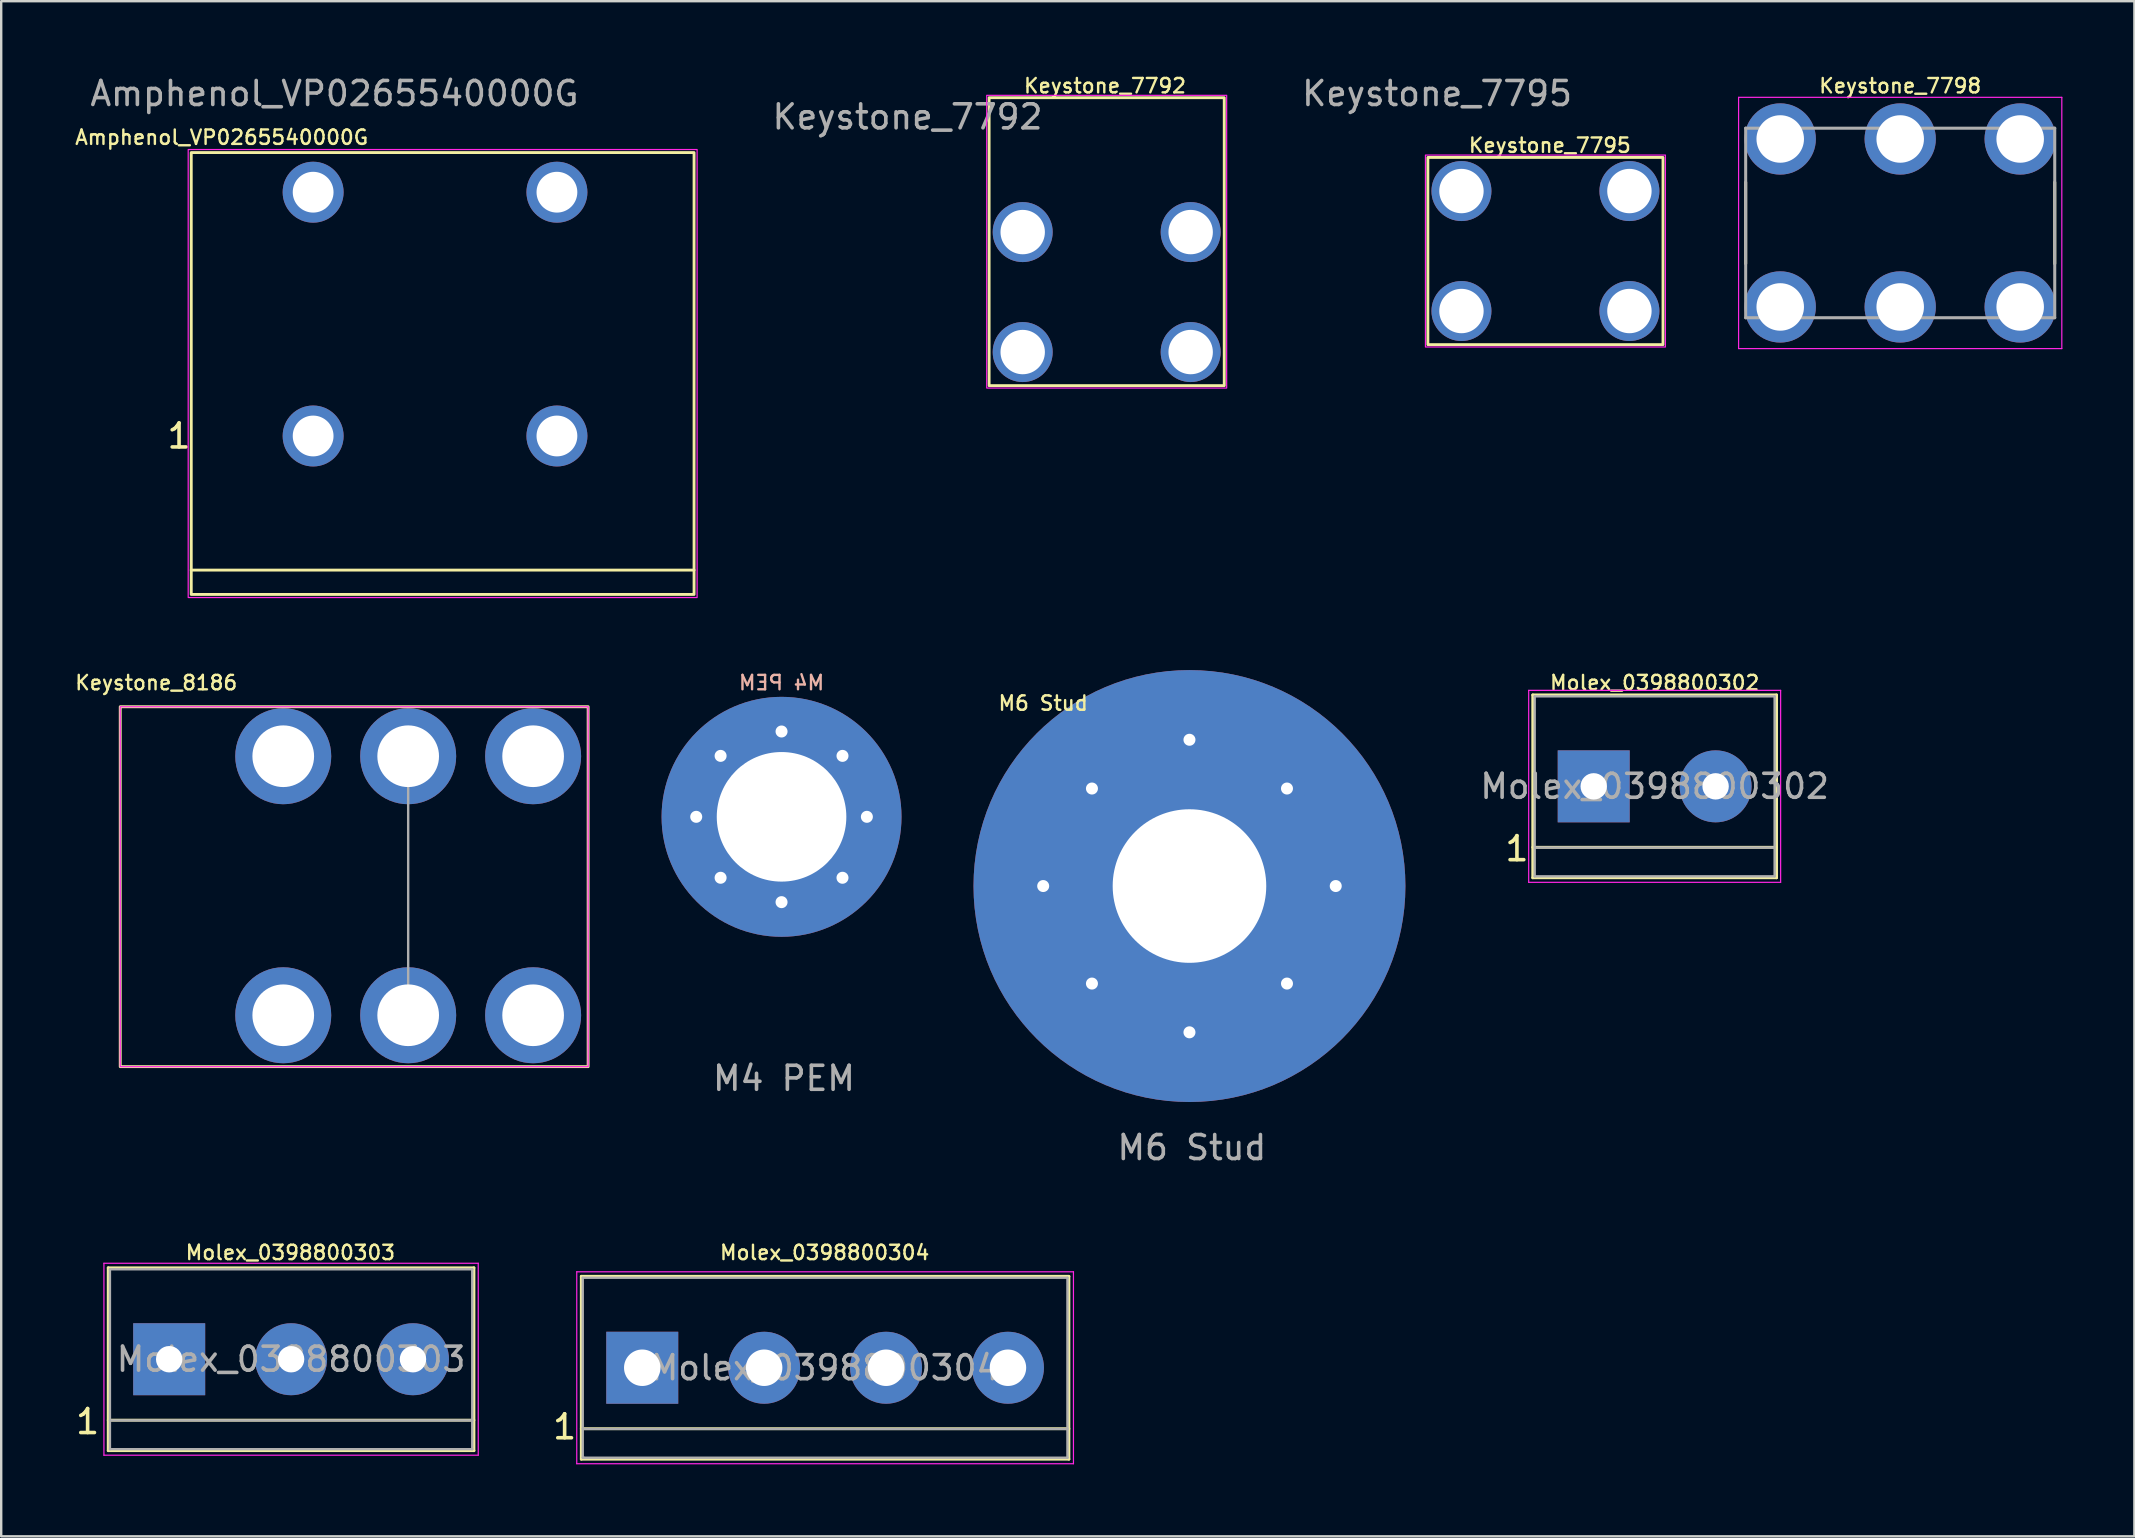
<source format=kicad_pcb>
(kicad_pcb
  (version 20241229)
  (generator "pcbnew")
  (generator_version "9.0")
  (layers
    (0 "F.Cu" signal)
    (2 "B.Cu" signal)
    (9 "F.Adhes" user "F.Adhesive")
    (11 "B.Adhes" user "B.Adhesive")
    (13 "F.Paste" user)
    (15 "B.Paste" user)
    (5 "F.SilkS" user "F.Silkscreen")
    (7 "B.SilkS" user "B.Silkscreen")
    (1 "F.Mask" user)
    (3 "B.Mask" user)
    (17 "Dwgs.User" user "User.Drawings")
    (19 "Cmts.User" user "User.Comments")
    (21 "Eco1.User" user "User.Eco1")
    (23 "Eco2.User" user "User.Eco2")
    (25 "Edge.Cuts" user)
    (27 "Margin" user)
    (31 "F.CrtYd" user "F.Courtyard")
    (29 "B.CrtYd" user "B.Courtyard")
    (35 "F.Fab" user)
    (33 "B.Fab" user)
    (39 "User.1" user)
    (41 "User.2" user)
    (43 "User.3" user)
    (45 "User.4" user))
  (footprint "M4 PEM"
    (layer "F.Cu")
    (at 29.521 30.991)
    (property "Reference" "M4 PEM" (at 0 -5.588 0) (unlocked yes) (layer "B.SilkS") (effects (font (size 0.6 0.6) (thickness 0.1)) (justify mirror)))
    (attr through_hole)
    (fp_text user "${REFERENCE}" (at 0.1 10.9 0) (unlocked yes) (layer "F.Fab") (effects (font (size 1 1) (thickness 0.15))))
    (pad "1" thru_hole circle (at -3.556 0) (size 1 1) (drill 0.5) (layers "*.Cu" "*.Mask"))
    (pad "1" thru_hole circle (at -2.54 -2.54) (size 1 1) (drill 0.5) (layers "*.Cu" "*.Mask"))
    (pad "1" thru_hole circle (at -2.54 2.54) (size 1 1) (drill 0.5) (layers "*.Cu" "*.Mask"))
    (pad "1" thru_hole circle (at 0 -3.556) (size 1 1) (drill 0.5) (layers "*.Cu" "*.Mask"))
    (pad "1" thru_hole circle (at 0 0) (size 10 10) (drill 5.4) (layers "*.Cu" "*.Mask"))
    (pad "1" thru_hole circle (at 0 3.556) (size 1 1) (drill 0.5) (layers "*.Cu" "*.Mask"))
    (pad "1" thru_hole circle (at 2.54 -2.54) (size 1 1) (drill 0.5) (layers "*.Cu" "*.Mask"))
    (pad "1" thru_hole circle (at 2.54 2.54) (size 1 1) (drill 0.5) (layers "*.Cu" "*.Mask"))
    (pad "1" thru_hole circle (at 3.556 0) (size 1 1) (drill 0.5) (layers "*.Cu" "*.Mask")))
  (footprint "Keystone_8186"
    (layer "F.Cu")
    (at 13.961 32.403)
    (property "Reference" "Keystone_8186" (at -10.5 -7 0) (layer "F.SilkS") (effects (font (size 0.6 0.6) (thickness 0.1))))
    (attr through_hole)
    (fp_rect (start -12 -6) (end 7.5 9) (stroke (width 0.12) (type solid)) (fill no) (layer "F.SilkS"))
    (fp_rect (start -12 -6) (end 7.5 9) (stroke (width 0.05) (type solid)) (fill no) (layer "F.CrtYd"))
    (fp_line (start 0 -3.95) (end 0 6.858) (stroke (width 0.1) (type solid)) (layer "F.Fab"))
    (pad "1" thru_hole circle (at -5.207 -3.937) (size 4 4) (drill 2.57) (layers "*.Cu" "*.Mask"))
    (pad "1" thru_hole circle (at -5.207 6.858) (size 4 4) (drill 2.57) (layers "*.Cu" "*.Mask"))
    (pad "1" thru_hole circle (at 0 -3.937) (size 4 4) (drill 2.57) (layers "*.Cu" "*.Mask"))
    (pad "1" thru_hole circle (at 0 6.858) (size 4 4) (drill 2.57) (layers "*.Cu" "*.Mask"))
    (pad "1" thru_hole circle (at 5.207 -3.937) (size 4 4) (drill 2.57) (layers "*.Cu" "*.Mask"))
    (pad "1" thru_hole circle (at 5.207 6.858) (size 4 4) (drill 2.57) (layers "*.Cu" "*.Mask")))
  (footprint "M6 Stud"
    (layer "F.Cu")
    (at 46.521 33.876)
    (property "Reference" "M6 Stud" (at -6.096 -7.62 0) (unlocked yes) (layer "F.SilkS") (effects (font (size 0.6 0.6) (thickness 0.1))))
    (attr through_hole)
    (fp_text user "${REFERENCE}" (at 0.1 10.9 0) (unlocked yes) (layer "F.Fab") (effects (font (size 1 1) (thickness 0.15))))
    (pad "1" thru_hole circle (at -6.096 0) (size 1.524 1.524) (drill 0.5) (layers "*.Cu" "*.Mask"))
    (pad "1" thru_hole circle (at -4.064 -4.064) (size 1.524 1.524) (drill 0.5) (layers "*.Cu" "*.Mask"))
    (pad "1" thru_hole circle (at -4.064 4.064) (size 1.524 1.524) (drill 0.5) (layers "*.Cu" "*.Mask"))
    (pad "1" thru_hole circle (at 0 -6.096) (size 1.524 1.524) (drill 0.5) (layers "*.Cu" "*.Mask"))
    (pad "1" thru_hole circle (at 0 0) (size 18 18) (drill 6.4) (layers "*.Cu" "*.Mask"))
    (pad "1" thru_hole circle (at 0 6.096) (size 1.524 1.524) (drill 0.5) (layers "*.Cu" "*.Mask"))
    (pad "1" thru_hole circle (at 4.064 -4.064) (size 1.524 1.524) (drill 0.5) (layers "*.Cu" "*.Mask"))
    (pad "1" thru_hole circle (at 4.064 4.064) (size 1.524 1.524) (drill 0.5) (layers "*.Cu" "*.Mask"))
    (pad "1" thru_hole circle (at 6.096 0) (size 1.524 1.524) (drill 0.5) (layers "*.Cu" "*.Mask")))
  (footprint "Molex_0398800304"
    (layer "F.Cu")
    (at 23.716 53.951)
    (property "Reference" "Molex_0398800304" (at 7.6 -4.8 0) (layer "F.SilkS") (effects (font (size 0.6 0.6) (thickness 0.1) (bold yes))))
    (attr through_hole)
    (fp_line (start -2.54 -3.81) (end -2.54 3.81) (stroke (width 0.12) (type solid)) (layer "F.SilkS"))
    (fp_line (start -2.54 -3.81) (end 17.78 -3.81) (stroke (width 0.12) (type solid)) (layer "F.SilkS"))
    (fp_line (start -2.54 3.81) (end 17.78 3.81) (stroke (width 0.12) (type solid)) (layer "F.SilkS"))
    (fp_line (start 17.78 2.54) (end -2.54 2.54) (stroke (width 0.12) (type solid)) (layer "F.SilkS"))
    (fp_line (start 17.78 3.81) (end 17.78 -3.81) (stroke (width 0.12) (type solid)) (layer "F.SilkS"))
    (fp_line (start -2.73 -4) (end -2.73 4) (stroke (width 0.05) (type solid)) (layer "F.CrtYd"))
    (fp_line (start -2.73 -4) (end 17.97 -4) (stroke (width 0.05) (type solid)) (layer "F.CrtYd"))
    (fp_line (start 17.97 4) (end -2.73 4) (stroke (width 0.05) (type solid)) (layer "F.CrtYd"))
    (fp_line (start 17.97 4) (end 17.97 -4) (stroke (width 0.05) (type solid)) (layer "F.CrtYd"))
    (fp_line (start -2.48 -3.75) (end 17.72 -3.75) (stroke (width 0.1) (type solid)) (layer "F.Fab"))
    (fp_line (start -2.48 2.55) (end 17.72 2.55) (stroke (width 0.1) (type solid)) (layer "F.Fab"))
    (fp_line (start -2.48 3.75) (end -2.48 -3.75) (stroke (width 0.1) (type solid)) (layer "F.Fab"))
    (fp_line (start -2.43 3.75) (end -2.48 3.75) (stroke (width 0.1) (type solid)) (layer "F.Fab"))
    (fp_line (start 17.72 -3.75) (end 17.72 3.75) (stroke (width 0.1) (type solid)) (layer "F.Fab"))
    (fp_line (start 17.72 3.75) (end -2.43 3.75) (stroke (width 0.1) (type solid)) (layer "F.Fab"))
    (fp_text user "1" (at -3.81 3.048 0) (unlocked yes) (layer "F.SilkS") (effects (font (size 1 1) (thickness 0.15)) (justify left bottom)))
    (fp_text user "${REFERENCE}" (at 7.62 0 0) (layer "F.Fab") (effects (font (size 1 1) (thickness 0.15))))
    (pad "1" thru_hole rect (at 0 0) (size 3 3) (drill 1.52) (layers "*.Cu" "*.Mask"))
    (pad "2" thru_hole circle (at 5.08 0) (size 3 3) (drill 1.52) (layers "*.Cu" "*.Mask"))
    (pad "3" thru_hole circle (at 10.16 0) (size 3 3) (drill 1.52) (layers "*.Cu" "*.Mask"))
    (pad "4" thru_hole circle (at 15.24 0) (size 3 3) (drill 1.52) (layers "*.Cu" "*.Mask")))
  (footprint "Keystone_7792"
    (layer "F.Cu")
    (at 39.571 6.622)
    (property "Reference" "Keystone_7792" (at 3.429 -6.096 0) (unlocked yes) (layer "F.SilkS") (effects (font (size 0.6 0.6) (thickness 0.1))))
    (attr smd)
    (fp_rect (start -1.4 -5.6) (end 8.4 6.4) (stroke (width 0.12) (type solid)) (fill no) (layer "F.SilkS"))
    (fp_rect (start 8.5 -5.7) (end -1.5 6.5) (stroke (width 0.05) (type solid)) (fill no) (layer "F.CrtYd"))
    (fp_text user "${REFERENCE}" (at -4.8 -4.8 0) (unlocked yes) (layer "F.Fab") (effects (font (size 1 1) (thickness 0.15))))
    (pad "1" thru_hole circle (at 0 0) (size 2.5 2.5) (drill 1.85) (layers "*.Cu" "*.Mask"))
    (pad "2" thru_hole circle (at 0 5) (size 2.5 2.5) (drill 1.85) (layers "*.Cu" "*.Mask"))
    (pad "3" thru_hole circle (at 7 5) (size 2.5 2.5) (drill 1.85) (layers "*.Cu" "*.Mask"))
    (pad "4" thru_hole circle (at 7 0) (size 2.5 2.5) (drill 1.85) (layers "*.Cu" "*.Mask")))
  (footprint "Keystone_7795"
    (layer "F.Cu")
    (at 57.856 4.912)
    (property "Reference" "Keystone_7795" (at 3.683 -1.905 0) (unlocked yes) (layer "F.SilkS") (effects (font (size 0.6 0.6) (thickness 0.1))))
    (attr smd)
    (fp_rect (start -1.4 -1.4) (end 8.4 6.4) (stroke (width 0.12) (type solid)) (fill no) (layer "F.SilkS"))
    (fp_rect (start 8.5 -1.5) (end -1.5 6.5) (stroke (width 0.05) (type solid)) (fill no) (layer "F.CrtYd"))
    (fp_text user "${REFERENCE}" (at -1.016 -4.064 0) (unlocked yes) (layer "F.Fab") (effects (font (size 1 1) (thickness 0.15))))
    (pad "1" thru_hole circle (at 0 0) (size 2.5 2.5) (drill 1.85) (layers "*.Cu" "*.Mask"))
    (pad "2" thru_hole circle (at 0 5) (size 2.5 2.5) (drill 1.85) (layers "*.Cu" "*.Mask"))
    (pad "3" thru_hole circle (at 7 5) (size 2.5 2.5) (drill 1.85) (layers "*.Cu" "*.Mask"))
    (pad "4" thru_hole circle (at 7 0) (size 2.5 2.5) (drill 1.85) (layers "*.Cu" "*.Mask")))
  (footprint "Molex_0398800303"
    (layer "F.Cu")
    (at 4.001 53.596)
    (property "Reference" "Molex_0398800303" (at 5.05 -4.445 0) (layer "F.SilkS") (effects (font (size 0.6 0.6) (thickness 0.1))))
    (attr through_hole)
    (fp_line (start -2.54 -3.81) (end 12.7 -3.81) (stroke (width 0.12) (type solid)) (layer "F.SilkS"))
    (fp_line (start -2.54 2.54) (end 12.7 2.54) (stroke (width 0.12) (type solid)) (layer "F.SilkS"))
    (fp_line (start -2.54 3.81) (end -2.54 -3.81) (stroke (width 0.12) (type solid)) (layer "F.SilkS"))
    (fp_line (start -2.54 3.81) (end 12.7 3.81) (stroke (width 0.12) (type solid)) (layer "F.SilkS"))
    (fp_line (start 12.7 3.81) (end 12.7 -3.81) (stroke (width 0.12) (type solid)) (layer "F.SilkS"))
    (fp_line (start -2.72 -4) (end -2.72 4) (stroke (width 0.05) (type solid)) (layer "F.CrtYd"))
    (fp_line (start -2.72 -4) (end 12.88 -4) (stroke (width 0.05) (type solid)) (layer "F.CrtYd"))
    (fp_line (start 12.88 4) (end -2.72 4) (stroke (width 0.05) (type solid)) (layer "F.CrtYd"))
    (fp_line (start 12.88 4) (end 12.88 -4) (stroke (width 0.05) (type solid)) (layer "F.CrtYd"))
    (fp_line (start -2.47 -3.75) (end 12.63 -3.75) (stroke (width 0.1) (type solid)) (layer "F.Fab"))
    (fp_line (start -2.47 2.55) (end 12.63 2.55) (stroke (width 0.1) (type solid)) (layer "F.Fab"))
    (fp_line (start -2.47 3.75) (end -2.47 -3.75) (stroke (width 0.1) (type solid)) (layer "F.Fab"))
    (fp_line (start 12.63 -3.75) (end 12.63 3.75) (stroke (width 0.1) (type solid)) (layer "F.Fab"))
    (fp_line (start 12.63 3.75) (end -2.47 3.75) (stroke (width 0.1) (type solid)) (layer "F.Fab"))
    (fp_text user "1" (at -3.4 2.6 0) (unlocked yes) (layer "F.SilkS") (effects (font (size 1 1) (thickness 0.15))))
    (fp_text user "${REFERENCE}" (at 5.08 0 0) (layer "F.Fab") (effects (font (size 1 1) (thickness 0.15))))
    (pad "1" thru_hole rect (at 0 0) (size 3 3) (drill 1.1) (layers "*.Cu" "*.Mask"))
    (pad "2" thru_hole circle (at 5.08 0) (size 3 3) (drill 1.1) (layers "*.Cu" "*.Mask"))
    (pad "3" thru_hole circle (at 10.16 0) (size 3 3) (drill 1.1) (layers "*.Cu" "*.Mask")))
  (footprint "Keystone_7798"
    (layer "F.Cu")
    (at 76.141 6.242)
    (property "Reference" "Keystone_7798" (at 0 -5.715 0) (layer "F.SilkS") (effects (font (size 0.6 0.6) (thickness 0.1))))
    (attr through_hole)
    (fp_line (start -6.44 -1.695) (end -6.44 1.695) (stroke (width 0.127) (type solid)) (layer "F.SilkS"))
    (fp_line (start 6.44 -1.695) (end 6.44 1.695) (stroke (width 0.127) (type solid)) (layer "F.SilkS"))
    (fp_line (start -6.735 -5.235) (end -6.735 5.235) (stroke (width 0.05) (type solid)) (layer "F.CrtYd"))
    (fp_line (start -6.735 5.235) (end 6.735 5.235) (stroke (width 0.05) (type solid)) (layer "F.CrtYd"))
    (fp_line (start 6.735 -5.235) (end -6.735 -5.235) (stroke (width 0.05) (type solid)) (layer "F.CrtYd"))
    (fp_line (start 6.735 5.235) (end 6.735 -5.235) (stroke (width 0.05) (type solid)) (layer "F.CrtYd"))
    (fp_line (start -6.44 -3.95) (end -6.44 3.95) (stroke (width 0.127) (type solid)) (layer "F.Fab"))
    (fp_line (start -6.44 3.95) (end 6.44 3.95) (stroke (width 0.127) (type solid)) (layer "F.Fab"))
    (fp_line (start 6.44 -3.95) (end -6.44 -3.95) (stroke (width 0.127) (type solid)) (layer "F.Fab"))
    (fp_line (start 6.44 3.95) (end 6.44 -3.95) (stroke (width 0.127) (type solid)) (layer "F.Fab"))
    (pad "1" thru_hole circle (at -5 -3.5) (size 2.97 2.97) (drill 1.98) (layers "*.Cu" "*.Mask"))
    (pad "1" thru_hole circle (at -5 3.5) (size 2.97 2.97) (drill 1.98) (layers "*.Cu" "*.Mask"))
    (pad "1" thru_hole circle (at 0 -3.5) (size 2.97 2.97) (drill 1.98) (layers "*.Cu" "*.Mask"))
    (pad "1" thru_hole circle (at 0 3.5) (size 2.97 2.97) (drill 1.98) (layers "*.Cu" "*.Mask"))
    (pad "1" thru_hole circle (at 5 -3.5) (size 2.97 2.97) (drill 1.98) (layers "*.Cu" "*.Mask"))
    (pad "1" thru_hole circle (at 5 3.5) (size 2.97 2.97) (drill 1.98) (layers "*.Cu" "*.Mask")))
  (footprint "Molex_0398800302"
    (layer "F.Cu")
    (at 63.368 29.721)
    (property "Reference" "Molex_0398800302" (at 2.54 -4.318 0) (layer "F.SilkS") (effects (font (size 0.6 0.6) (thickness 0.1))))
    (attr through_hole)
    (fp_line (start -2.54 -3.81) (end -2.54 3.81) (stroke (width 0.12) (type solid)) (layer "F.SilkS"))
    (fp_line (start -2.54 3.81) (end 7.62 3.81) (stroke (width 0.12) (type solid)) (layer "F.SilkS"))
    (fp_line (start 7.62 -3.81) (end -2.54 -3.81) (stroke (width 0.12) (type solid)) (layer "F.SilkS"))
    (fp_line (start 7.62 2.54) (end -2.54 2.54) (stroke (width 0.12) (type solid)) (layer "F.SilkS"))
    (fp_line (start 7.62 3.81) (end 7.62 -3.81) (stroke (width 0.12) (type solid)) (layer "F.SilkS"))
    (fp_line (start -2.71 -4) (end -2.71 4) (stroke (width 0.05) (type solid)) (layer "F.CrtYd"))
    (fp_line (start -2.71 -4) (end 7.79 -4) (stroke (width 0.05) (type solid)) (layer "F.CrtYd"))
    (fp_line (start 7.79 4) (end -2.71 4) (stroke (width 0.05) (type solid)) (layer "F.CrtYd"))
    (fp_line (start 7.79 4) (end 7.79 -4) (stroke (width 0.05) (type solid)) (layer "F.CrtYd"))
    (fp_line (start -2.46 -3.75) (end -2.46 3.75) (stroke (width 0.1) (type solid)) (layer "F.Fab"))
    (fp_line (start -2.46 3.75) (end 7.54 3.75) (stroke (width 0.1) (type solid)) (layer "F.Fab"))
    (fp_line (start -2.41 2.55) (end 7.49 2.55) (stroke (width 0.1) (type solid)) (layer "F.Fab"))
    (fp_line (start 7.54 -3.75) (end -2.46 -3.75) (stroke (width 0.1) (type solid)) (layer "F.Fab"))
    (fp_line (start 7.54 3.75) (end 7.54 -3.75) (stroke (width 0.1) (type solid)) (layer "F.Fab"))
    (fp_text user "1" (at -3.2 2.6 0) (unlocked yes) (layer "F.SilkS") (effects (font (size 1 1) (thickness 0.15))))
    (fp_text user "${REFERENCE}" (at 2.54 0 0) (layer "F.Fab") (effects (font (size 1 1) (thickness 0.15))))
    (pad "1" thru_hole rect (at 0 0) (size 3 3) (drill 1.1) (layers "*.Cu" "*.Mask"))
    (pad "2" thru_hole circle (at 5.08 0) (size 3 3) (drill 1.1) (layers "*.Cu" "*.Mask")))
  (footprint "Amphenol_VP0265540000G"
    (layer "F.Cu")
    (at 10 15.12)
    (property "Reference" "Amphenol_VP0265540000G" (at -3.81 -12.446 0) (unlocked yes) (layer "F.SilkS") (effects (font (size 0.6 0.6) (thickness 0.1))))
    (attr through_hole)
    (fp_line (start -5.08 5.588) (end 15.875 5.588) (stroke (width 0.12) (type solid)) (layer "F.SilkS"))
    (fp_rect (start -5.08 -11.811) (end 15.875 6.604) (stroke (width 0.12) (type solid)) (fill no) (layer "F.SilkS"))
    (fp_rect (start -5.207 -11.938) (end 16.002 6.731) (stroke (width 0.05) (type solid)) (fill no) (layer "F.CrtYd"))
    (fp_text user "1" (at -5.588 0 0) (unlocked yes) (layer "F.SilkS") (effects (font (size 1 1) (thickness 0.15))))
    (fp_text user "${REFERENCE}" (at 0.889 -14.272 0) (unlocked yes) (layer "F.Fab") (effects (font (size 1 1) (thickness 0.15))))
    (pad "1" thru_hole circle (at 0 -10.16) (size 2.54 2.54) (drill 1.7) (layers "*.Cu" "*.Mask"))
    (pad "1" thru_hole circle (at 0 0) (size 2.54 2.54) (drill 1.7) (layers "*.Cu" "*.Mask"))
    (pad "2" thru_hole circle (at 10.16 -10.16) (size 2.54 2.54) (drill 1.7) (layers "*.Cu" "*.Mask"))
    (pad "2" thru_hole circle (at 10.16 0) (size 2.54 2.54) (drill 1.7) (layers "*.Cu" "*.Mask")))
  (gr_rect
    (start -3 -3)
    (end 85.901 60.976)
    (stroke (width 0.1) (type default))
    (fill no)
    (layer "Edge.Cuts")))
</source>
